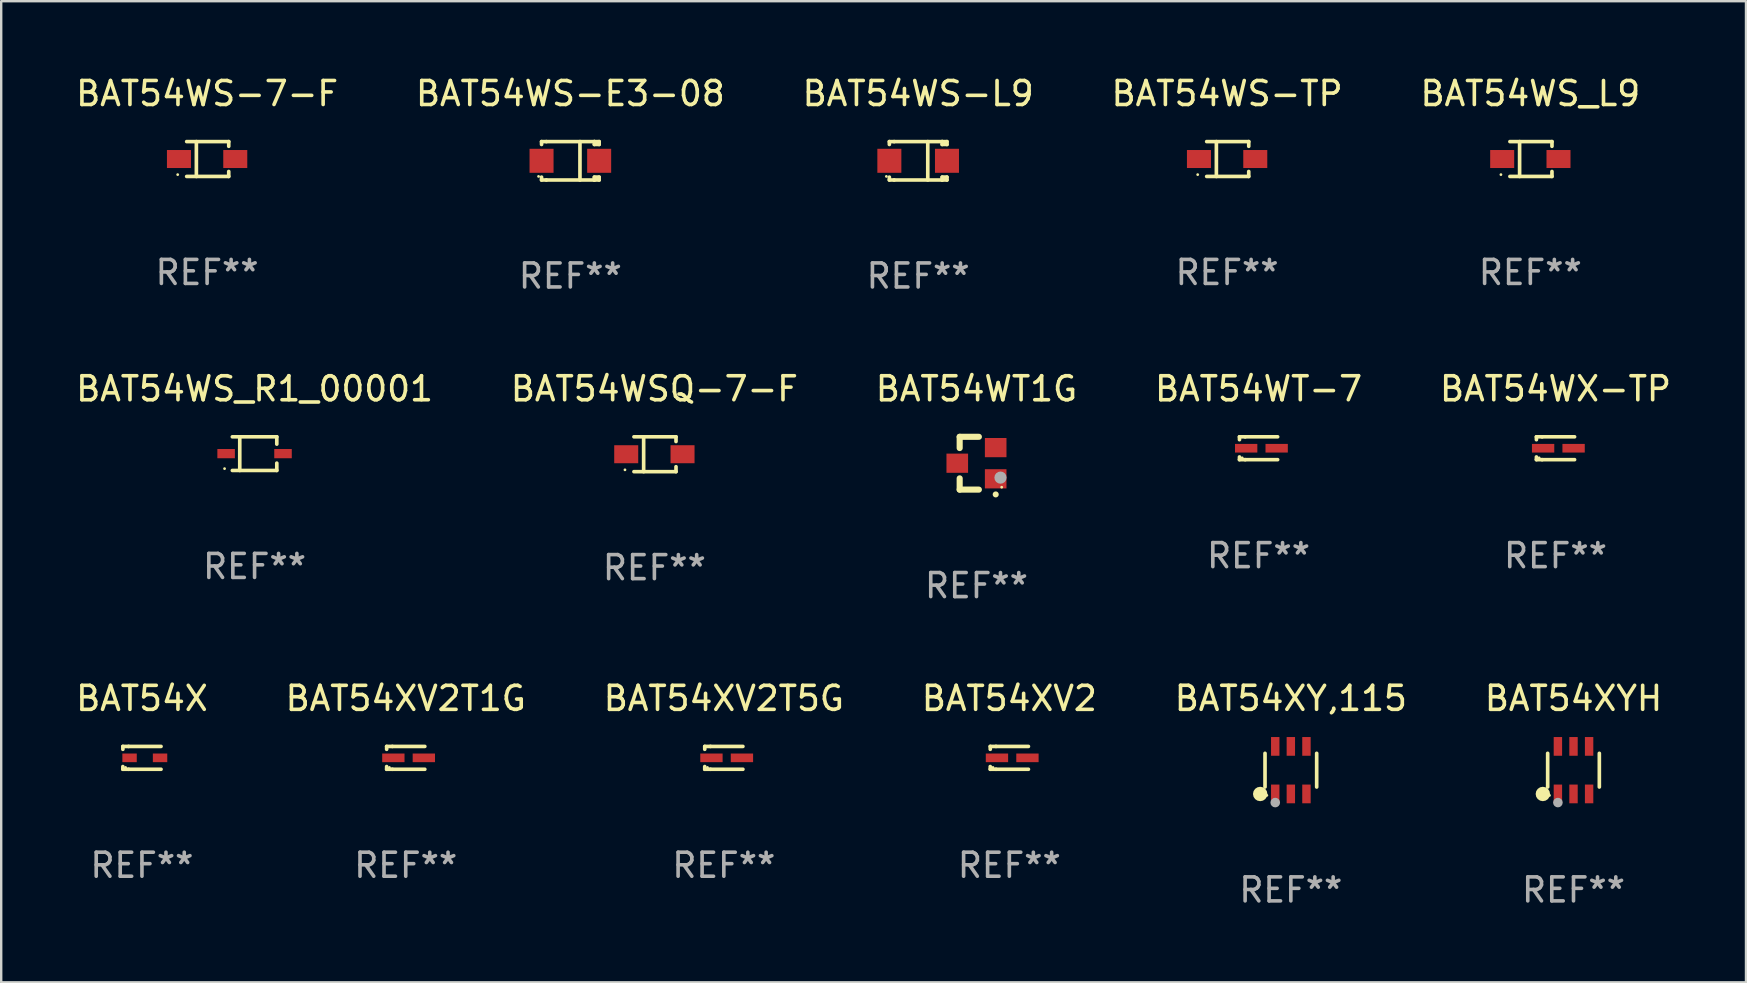
<source format=kicad_pcb>
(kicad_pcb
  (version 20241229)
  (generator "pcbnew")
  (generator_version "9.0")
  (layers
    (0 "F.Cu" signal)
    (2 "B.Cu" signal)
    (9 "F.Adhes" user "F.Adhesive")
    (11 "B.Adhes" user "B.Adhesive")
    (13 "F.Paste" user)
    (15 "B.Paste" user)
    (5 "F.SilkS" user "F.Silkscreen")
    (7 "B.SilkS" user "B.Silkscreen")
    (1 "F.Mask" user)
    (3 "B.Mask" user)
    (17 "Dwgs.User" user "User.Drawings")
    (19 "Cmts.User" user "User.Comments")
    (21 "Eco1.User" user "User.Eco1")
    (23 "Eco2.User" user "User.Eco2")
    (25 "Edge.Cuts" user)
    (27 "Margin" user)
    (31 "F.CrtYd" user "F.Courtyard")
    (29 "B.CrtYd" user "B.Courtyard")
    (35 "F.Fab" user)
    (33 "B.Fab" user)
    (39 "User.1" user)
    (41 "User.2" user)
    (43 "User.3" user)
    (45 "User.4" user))
  (footprint "BAT54WS-7-F"
    (layer "F.Cu")
    (at 5.577 3.574)
    (property "Reference" "BAT54WS-7-F" (at 0 -2.726 0) (layer "F.SilkS") (effects (font (size 1 1) (thickness 0.15))))
    (attr through_hole)
    (fp_line (start -0.851 -0.726) (end 0.901 -0.726) (stroke (width 0.152) (type solid)) (layer "F.SilkS"))
    (fp_line (start -0.851 0.726) (end 0.901 0.726) (stroke (width 0.152) (type solid)) (layer "F.SilkS"))
    (fp_line (start -0.447 -0.726) (end -0.447 0.726) (stroke (width 0.152) (type solid)) (layer "F.SilkS"))
    (fp_line (start 0.901 -0.726) (end 0.901 -0.53) (stroke (width 0.152) (type solid)) (layer "F.SilkS"))
    (fp_line (start 0.901 0.726) (end 0.901 0.52) (stroke (width 0.152) (type solid)) (layer "F.SilkS"))
    (fp_circle (center -1.225 0.65) (end -1.195 0.65) (stroke (width 0.06) (type solid)) (fill no) (layer "F.SilkS"))
    (fp_text user "REF**" (at 0 4.726 0) (layer "F.Fab") (effects (font (size 1 1) (thickness 0.15))))
    (pad "1" smd rect (at -1.173 0) (size 1 0.75) (layers "F.Cu" "F.Mask" "F.Paste"))
    (pad "2" smd rect (at 1.173 0) (size 1 0.75) (layers "F.Cu" "F.Mask" "F.Paste")))
  (footprint "BAT54XV2"
    (layer "F.Cu")
    (at 38.994 28.518)
    (property "Reference" "BAT54XV2" (at 0 -2.476 0) (layer "F.SilkS") (effects (font (size 1 1) (thickness 0.15))))
    (attr through_hole)
    (fp_line (start -0.795 -0.476) (end -0.795 -0.356) (stroke (width 0.152) (type solid)) (layer "F.SilkS"))
    (fp_line (start -0.795 0.363) (end -0.795 0.476) (stroke (width 0.152) (type solid)) (layer "F.SilkS"))
    (fp_line (start -0.795 0.476) (end -0.557 0.476) (stroke (width 0.152) (type solid)) (layer "F.SilkS"))
    (fp_line (start -0.557 -0.476) (end -0.795 -0.476) (stroke (width 0.152) (type solid)) (layer "F.SilkS"))
    (fp_line (start -0.557 -0.476) (end 0.795 -0.476) (stroke (width 0.152) (type solid)) (layer "F.SilkS"))
    (fp_line (start -0.557 0.476) (end 0.795 0.476) (stroke (width 0.152) (type solid)) (layer "F.SilkS"))
    (fp_circle (center -0.681 0.4) (end -0.651 0.4) (stroke (width 0.06) (type solid)) (fill no) (layer "F.SilkS"))
    (fp_text user "REF**" (at 0 4.476 0) (layer "F.Fab") (effects (font (size 1 1) (thickness 0.15))))
    (pad "1" smd rect (at -0.516 0 180) (size 0.93 0.36) (layers "F.Cu" "F.Mask" "F.Paste"))
    (pad "2" smd rect (at 0.754 0 180) (size 0.93 0.36) (layers "F.Cu" "F.Mask" "F.Paste")))
  (footprint "BAT54WS-E3-08"
    (layer "F.Cu")
    (at 20.708 3.648)
    (property "Reference" "BAT54WS-E3-08" (at 0 -2.8 0) (layer "F.SilkS") (effects (font (size 1 1) (thickness 0.15))))
    (attr through_hole)
    (fp_line (start -1.2 -0.8) (end -1.2 -0.68) (stroke (width 0.152) (type solid)) (layer "F.SilkS"))
    (fp_line (start -1.2 0.68) (end -1.2 0.8) (stroke (width 0.152) (type solid)) (layer "F.SilkS"))
    (fp_line (start -1.2 0.8) (end -1 0.8) (stroke (width 0.152) (type solid)) (layer "F.SilkS"))
    (fp_line (start -1 -0.8) (end -1.2 -0.8) (stroke (width 0.152) (type solid)) (layer "F.SilkS"))
    (fp_line (start -1 -0.8) (end 1 -0.8) (stroke (width 0.152) (type solid)) (layer "F.SilkS"))
    (fp_line (start -1 0.8) (end 1 0.8) (stroke (width 0.152) (type solid)) (layer "F.SilkS"))
    (fp_line (start 0.4 -0.8) (end 0.4 0.8) (stroke (width 0.152) (type solid)) (layer "F.SilkS"))
    (fp_line (start 1 -0.8) (end 1 -0.68) (stroke (width 0.152) (type solid)) (layer "F.SilkS"))
    (fp_line (start 1 -0.8) (end 1.2 -0.8) (stroke (width 0.152) (type solid)) (layer "F.SilkS"))
    (fp_line (start 1 0.68) (end 1 0.8) (stroke (width 0.152) (type solid)) (layer "F.SilkS"))
    (fp_line (start 1 0.68) (end 1.2 0.68) (stroke (width 0.152) (type solid)) (layer "F.SilkS"))
    (fp_line (start 1.2 -0.8) (end 1.2 -0.68) (stroke (width 0.152) (type solid)) (layer "F.SilkS"))
    (fp_line (start 1.2 -0.68) (end 1 -0.68) (stroke (width 0.152) (type solid)) (layer "F.SilkS"))
    (fp_line (start 1.2 0.68) (end 1.2 0.8) (stroke (width 0.152) (type solid)) (layer "F.SilkS"))
    (fp_line (start 1.2 0.8) (end 1 0.8) (stroke (width 0.152) (type solid)) (layer "F.SilkS"))
    (fp_circle (center -1.325 0.65) (end -1.295 0.65) (stroke (width 0.06) (type solid)) (fill no) (layer "F.SilkS"))
    (fp_text user "REF**" (at 0 4.8 0) (layer "F.Fab") (effects (font (size 1 1) (thickness 0.15))))
    (pad "1" smd rect (at -1.2 0 180) (size 1 1) (layers "F.Cu" "F.Mask" "F.Paste"))
    (pad "2" smd rect (at 1.2 0 180) (size 1 1) (layers "F.Cu" "F.Mask" "F.Paste")))
  (footprint "BAT54WS-TP"
    (layer "F.Cu")
    (at 48.065 3.574)
    (property "Reference" "BAT54WS-TP" (at 0 -2.726 0) (layer "F.SilkS") (effects (font (size 1 1) (thickness 0.15))))
    (attr through_hole)
    (fp_line (start -0.851 -0.726) (end 0.901 -0.726) (stroke (width 0.152) (type solid)) (layer "F.SilkS"))
    (fp_line (start -0.851 0.726) (end 0.901 0.726) (stroke (width 0.152) (type solid)) (layer "F.SilkS"))
    (fp_line (start -0.447 -0.726) (end -0.447 0.726) (stroke (width 0.152) (type solid)) (layer "F.SilkS"))
    (fp_line (start 0.901 -0.726) (end 0.901 -0.53) (stroke (width 0.152) (type solid)) (layer "F.SilkS"))
    (fp_line (start 0.901 0.726) (end 0.901 0.52) (stroke (width 0.152) (type solid)) (layer "F.SilkS"))
    (fp_circle (center -1.225 0.65) (end -1.195 0.65) (stroke (width 0.06) (type solid)) (fill no) (layer "F.SilkS"))
    (fp_text user "REF**" (at 0 4.726 0) (layer "F.Fab") (effects (font (size 1 1) (thickness 0.15))))
    (pad "1" smd rect (at -1.173 0) (size 1 0.75) (layers "F.Cu" "F.Mask" "F.Paste"))
    (pad "2" smd rect (at 1.173 0) (size 1 0.75) (layers "F.Cu" "F.Mask" "F.Paste")))
  (footprint "BAT54WT1G"
    (layer "F.Cu")
    (at 37.625 16.245)
    (property "Reference" "BAT54WT1G" (at 0 -3.1 0) (layer "F.SilkS") (effects (font (size 1 1) (thickness 0.15))))
    (attr through_hole)
    (fp_line (start -0.7 -1.1) (end 0.1 -1.1) (stroke (width 0.254) (type solid)) (layer "F.SilkS"))
    (fp_line (start -0.7 -0.631) (end -0.7 -1.1) (stroke (width 0.254) (type solid)) (layer "F.SilkS"))
    (fp_line (start -0.7 1.1) (end -0.7 0.631) (stroke (width 0.254) (type solid)) (layer "F.SilkS"))
    (fp_line (start -0.7 1.1) (end 0.1 1.1) (stroke (width 0.254) (type solid)) (layer "F.SilkS"))
    (fp_arc (start 0.8 1.3) (mid 0.80127 1.299994) (end 0.80254 1.3) (stroke (width 0.24892) (type solid)) (layer "F.SilkS"))
    (fp_circle (center 1.05 1) (end 1.08 1) (stroke (width 0.06) (type solid)) (fill no) (layer "F.SilkS"))
    (fp_circle (center 1 0.6) (end 1.127 0.6) (stroke (width 0.254) (type solid)) (fill no) (layer "F.Fab"))
    (fp_text user "REF**" (at 0 5.1 0) (layer "F.Fab") (effects (font (size 1 1) (thickness 0.15))))
    (pad "1" smd rect (at 0.8 0.65 90) (size 0.8 0.9) (layers "F.Cu" "F.Mask" "F.Paste"))
    (pad "2" smd rect (at 0.8 -0.65 90) (size 0.8 0.9) (layers "F.Cu" "F.Mask" "F.Paste"))
    (pad "3" smd rect (at -0.8 0 90) (size 0.8 0.9) (layers "F.Cu" "F.Mask" "F.Paste")))
  (footprint "BAT54XV2T1G"
    (layer "F.Cu")
    (at 13.851 28.518)
    (property "Reference" "BAT54XV2T1G" (at 0 -2.476 0) (layer "F.SilkS") (effects (font (size 1 1) (thickness 0.15))))
    (attr through_hole)
    (fp_line (start -0.795 -0.476) (end -0.795 -0.356) (stroke (width 0.152) (type solid)) (layer "F.SilkS"))
    (fp_line (start -0.795 0.363) (end -0.795 0.476) (stroke (width 0.152) (type solid)) (layer "F.SilkS"))
    (fp_line (start -0.795 0.476) (end -0.557 0.476) (stroke (width 0.152) (type solid)) (layer "F.SilkS"))
    (fp_line (start -0.557 -0.476) (end -0.795 -0.476) (stroke (width 0.152) (type solid)) (layer "F.SilkS"))
    (fp_line (start -0.557 -0.476) (end 0.795 -0.476) (stroke (width 0.152) (type solid)) (layer "F.SilkS"))
    (fp_line (start -0.557 0.476) (end 0.795 0.476) (stroke (width 0.152) (type solid)) (layer "F.SilkS"))
    (fp_circle (center -0.681 0.4) (end -0.651 0.4) (stroke (width 0.06) (type solid)) (fill no) (layer "F.SilkS"))
    (fp_text user "REF**" (at 0 4.476 0) (layer "F.Fab") (effects (font (size 1 1) (thickness 0.15))))
    (pad "1" smd rect (at -0.516 0 180) (size 0.93 0.36) (layers "F.Cu" "F.Mask" "F.Paste"))
    (pad "2" smd rect (at 0.754 0 180) (size 0.93 0.36) (layers "F.Cu" "F.Mask" "F.Paste")))
  (footprint "BAT54XYH"
    (layer "F.Cu")
    (at 62.494 29.031)
    (property "Reference" "BAT54XYH" (at 0 -2.99 0) (layer "F.SilkS") (effects (font (size 1 1) (thickness 0.15))))
    (attr through_hole)
    (fp_line (start -1.076 0.701) (end -1.076 -0.701) (stroke (width 0.152) (type solid)) (layer "F.SilkS"))
    (fp_line (start 1.076 0.701) (end 1.076 -0.701) (stroke (width 0.152) (type solid)) (layer "F.SilkS"))
    (fp_circle (center -1.277 0.992) (end -1.127 0.992) (stroke (width 0.3) (type solid)) (fill no) (layer "F.SilkS"))
    (fp_circle (center -1 1.05) (end -0.97 1.05) (stroke (width 0.06) (type solid)) (fill no) (layer "F.SilkS"))
    (fp_circle (center -0.65 1.35) (end -0.55 1.35) (stroke (width 0.2) (type solid)) (fill no) (layer "F.Fab"))
    (fp_text user "REF**" (at 0 4.99 0) (layer "F.Fab") (effects (font (size 1 1) (thickness 0.15))))
    (pad "1" smd rect (at -0.65 0.99) (size 0.35 0.78) (layers "F.Cu" "F.Mask" "F.Paste"))
    (pad "2" smd rect (at 0 0.99) (size 0.35 0.78) (layers "F.Cu" "F.Mask" "F.Paste"))
    (pad "3" smd rect (at 0.65 0.99) (size 0.35 0.78) (layers "F.Cu" "F.Mask" "F.Paste"))
    (pad "4" smd rect (at 0.65 -0.99) (size 0.35 0.78) (layers "F.Cu" "F.Mask" "F.Paste"))
    (pad "5" smd rect (at 0 -0.99) (size 0.35 0.78) (layers "F.Cu" "F.Mask" "F.Paste"))
    (pad "6" smd rect (at -0.65 -0.99) (size 0.35 0.78) (layers "F.Cu" "F.Mask" "F.Paste")))
  (footprint "BAT54WS_L9"
    (layer "F.Cu")
    (at 60.696 3.574)
    (property "Reference" "BAT54WS_L9" (at 0 -2.726 0) (layer "F.SilkS") (effects (font (size 1 1) (thickness 0.15))))
    (attr through_hole)
    (fp_line (start -0.851 -0.726) (end 0.901 -0.726) (stroke (width 0.152) (type solid)) (layer "F.SilkS"))
    (fp_line (start -0.851 0.726) (end 0.901 0.726) (stroke (width 0.152) (type solid)) (layer "F.SilkS"))
    (fp_line (start -0.447 -0.726) (end -0.447 0.726) (stroke (width 0.152) (type solid)) (layer "F.SilkS"))
    (fp_line (start 0.901 -0.726) (end 0.901 -0.53) (stroke (width 0.152) (type solid)) (layer "F.SilkS"))
    (fp_line (start 0.901 0.726) (end 0.901 0.52) (stroke (width 0.152) (type solid)) (layer "F.SilkS"))
    (fp_circle (center -1.225 0.65) (end -1.195 0.65) (stroke (width 0.06) (type solid)) (fill no) (layer "F.SilkS"))
    (fp_text user "REF**" (at 0 4.726 0) (layer "F.Fab") (effects (font (size 1 1) (thickness 0.15))))
    (pad "1" smd rect (at -1.173 0) (size 1 0.75) (layers "F.Cu" "F.Mask" "F.Paste"))
    (pad "2" smd rect (at 1.173 0) (size 1 0.75) (layers "F.Cu" "F.Mask" "F.Paste")))
  (footprint "BAT54X"
    (layer "F.Cu")
    (at 2.863 28.518)
    (property "Reference" "BAT54X" (at 0 -2.476 0) (layer "F.SilkS") (effects (font (size 1 1) (thickness 0.15))))
    (attr through_hole)
    (fp_line (start -0.795 -0.476) (end -0.795 -0.356) (stroke (width 0.152) (type solid)) (layer "F.SilkS"))
    (fp_line (start -0.795 0.363) (end -0.795 0.476) (stroke (width 0.152) (type solid)) (layer "F.SilkS"))
    (fp_line (start -0.795 0.476) (end -0.557 0.476) (stroke (width 0.152) (type solid)) (layer "F.SilkS"))
    (fp_line (start -0.557 -0.476) (end -0.795 -0.476) (stroke (width 0.152) (type solid)) (layer "F.SilkS"))
    (fp_line (start -0.557 -0.476) (end 0.795 -0.476) (stroke (width 0.152) (type solid)) (layer "F.SilkS"))
    (fp_line (start -0.557 0.476) (end 0.795 0.476) (stroke (width 0.152) (type solid)) (layer "F.SilkS"))
    (fp_circle (center -0.681 0.4) (end -0.651 0.4) (stroke (width 0.06) (type solid)) (fill no) (layer "F.SilkS"))
    (fp_text user "REF**" (at 0 4.476 0) (layer "F.Fab") (effects (font (size 1 1) (thickness 0.15))))
    (pad "1" smd rect (at -0.516 -0.000051 180) (size 0.6 0.36) (layers "F.Cu" "F.Mask" "F.Paste"))
    (pad "2" smd rect (at 0.754 -0.000051 180) (size 0.6 0.36) (layers "F.Cu" "F.Mask" "F.Paste")))
  (footprint "BAT54WS-L9"
    (layer "F.Cu")
    (at 35.196 3.648)
    (property "Reference" "BAT54WS-L9" (at 0 -2.8 0) (layer "F.SilkS") (effects (font (size 1 1) (thickness 0.15))))
    (attr through_hole)
    (fp_line (start -1.2 -0.8) (end -1.2 -0.68) (stroke (width 0.152) (type solid)) (layer "F.SilkS"))
    (fp_line (start -1.2 0.68) (end -1.2 0.8) (stroke (width 0.152) (type solid)) (layer "F.SilkS"))
    (fp_line (start -1.2 0.8) (end -1 0.8) (stroke (width 0.152) (type solid)) (layer "F.SilkS"))
    (fp_line (start -1 -0.8) (end -1.2 -0.8) (stroke (width 0.152) (type solid)) (layer "F.SilkS"))
    (fp_line (start -1 -0.8) (end 1 -0.8) (stroke (width 0.152) (type solid)) (layer "F.SilkS"))
    (fp_line (start -1 0.8) (end 1 0.8) (stroke (width 0.152) (type solid)) (layer "F.SilkS"))
    (fp_line (start 0.4 -0.8) (end 0.4 0.8) (stroke (width 0.152) (type solid)) (layer "F.SilkS"))
    (fp_line (start 1 -0.8) (end 1 -0.68) (stroke (width 0.152) (type solid)) (layer "F.SilkS"))
    (fp_line (start 1 -0.8) (end 1.2 -0.8) (stroke (width 0.152) (type solid)) (layer "F.SilkS"))
    (fp_line (start 1 0.68) (end 1 0.8) (stroke (width 0.152) (type solid)) (layer "F.SilkS"))
    (fp_line (start 1 0.68) (end 1.2 0.68) (stroke (width 0.152) (type solid)) (layer "F.SilkS"))
    (fp_line (start 1.2 -0.8) (end 1.2 -0.68) (stroke (width 0.152) (type solid)) (layer "F.SilkS"))
    (fp_line (start 1.2 -0.68) (end 1 -0.68) (stroke (width 0.152) (type solid)) (layer "F.SilkS"))
    (fp_line (start 1.2 0.68) (end 1.2 0.8) (stroke (width 0.152) (type solid)) (layer "F.SilkS"))
    (fp_line (start 1.2 0.8) (end 1 0.8) (stroke (width 0.152) (type solid)) (layer "F.SilkS"))
    (fp_circle (center -1.325 0.65) (end -1.295 0.65) (stroke (width 0.06) (type solid)) (fill no) (layer "F.SilkS"))
    (fp_text user "REF**" (at 0 4.8 0) (layer "F.Fab") (effects (font (size 1 1) (thickness 0.15))))
    (pad "1" smd rect (at -1.2 0 180) (size 1 1) (layers "F.Cu" "F.Mask" "F.Paste"))
    (pad "2" smd rect (at 1.2 0 180) (size 1 1) (layers "F.Cu" "F.Mask" "F.Paste")))
  (footprint "BAT54WT-7"
    (layer "F.Cu")
    (at 49.375 15.621)
    (property "Reference" "BAT54WT-7" (at 0 -2.476 0) (layer "F.SilkS") (effects (font (size 1 1) (thickness 0.15))))
    (attr through_hole)
    (fp_line (start -0.795 -0.476) (end -0.795 -0.356) (stroke (width 0.152) (type solid)) (layer "F.SilkS"))
    (fp_line (start -0.795 0.363) (end -0.795 0.476) (stroke (width 0.152) (type solid)) (layer "F.SilkS"))
    (fp_line (start -0.795 0.476) (end -0.557 0.476) (stroke (width 0.152) (type solid)) (layer "F.SilkS"))
    (fp_line (start -0.557 -0.476) (end -0.795 -0.476) (stroke (width 0.152) (type solid)) (layer "F.SilkS"))
    (fp_line (start -0.557 -0.476) (end 0.795 -0.476) (stroke (width 0.152) (type solid)) (layer "F.SilkS"))
    (fp_line (start -0.557 0.476) (end 0.795 0.476) (stroke (width 0.152) (type solid)) (layer "F.SilkS"))
    (fp_circle (center -0.681 0.4) (end -0.651 0.4) (stroke (width 0.06) (type solid)) (fill no) (layer "F.SilkS"))
    (fp_text user "REF**" (at 0 4.476 0) (layer "F.Fab") (effects (font (size 1 1) (thickness 0.15))))
    (pad "1" smd rect (at -0.516 0 180) (size 0.93 0.36) (layers "F.Cu" "F.Mask" "F.Paste"))
    (pad "2" smd rect (at 0.754 0 180) (size 0.93 0.36) (layers "F.Cu" "F.Mask" "F.Paste")))
  (footprint "BAT54WX-TP"
    (layer "F.Cu")
    (at 61.744 15.621)
    (property "Reference" "BAT54WX-TP" (at 0 -2.476 0) (layer "F.SilkS") (effects (font (size 1 1) (thickness 0.15))))
    (attr through_hole)
    (fp_line (start -0.795 -0.476) (end -0.795 -0.356) (stroke (width 0.152) (type solid)) (layer "F.SilkS"))
    (fp_line (start -0.795 0.363) (end -0.795 0.476) (stroke (width 0.152) (type solid)) (layer "F.SilkS"))
    (fp_line (start -0.795 0.476) (end -0.557 0.476) (stroke (width 0.152) (type solid)) (layer "F.SilkS"))
    (fp_line (start -0.557 -0.476) (end -0.795 -0.476) (stroke (width 0.152) (type solid)) (layer "F.SilkS"))
    (fp_line (start -0.557 -0.476) (end 0.795 -0.476) (stroke (width 0.152) (type solid)) (layer "F.SilkS"))
    (fp_line (start -0.557 0.476) (end 0.795 0.476) (stroke (width 0.152) (type solid)) (layer "F.SilkS"))
    (fp_circle (center -0.681 0.4) (end -0.651 0.4) (stroke (width 0.06) (type solid)) (fill no) (layer "F.SilkS"))
    (fp_text user "REF**" (at 0 4.476 0) (layer "F.Fab") (effects (font (size 1 1) (thickness 0.15))))
    (pad "1" smd rect (at -0.516 0 180) (size 0.93 0.36) (layers "F.Cu" "F.Mask" "F.Paste"))
    (pad "2" smd rect (at 0.754 0 180) (size 0.93 0.36) (layers "F.Cu" "F.Mask" "F.Paste")))
  (footprint "BAT54XY,115"
    (layer "F.Cu")
    (at 50.72 29.031)
    (property "Reference" "BAT54XY,115" (at 0 -2.99 0) (layer "F.SilkS") (effects (font (size 1 1) (thickness 0.15))))
    (attr through_hole)
    (fp_line (start -1.076 0.701) (end -1.076 -0.701) (stroke (width 0.152) (type solid)) (layer "F.SilkS"))
    (fp_line (start 1.076 0.701) (end 1.076 -0.701) (stroke (width 0.152) (type solid)) (layer "F.SilkS"))
    (fp_circle (center -1.277 0.992) (end -1.127 0.992) (stroke (width 0.3) (type solid)) (fill no) (layer "F.SilkS"))
    (fp_circle (center -1 1.05) (end -0.97 1.05) (stroke (width 0.06) (type solid)) (fill no) (layer "F.SilkS"))
    (fp_circle (center -0.65 1.35) (end -0.55 1.35) (stroke (width 0.2) (type solid)) (fill no) (layer "F.Fab"))
    (fp_text user "REF**" (at 0 4.99 0) (layer "F.Fab") (effects (font (size 1 1) (thickness 0.15))))
    (pad "1" smd rect (at -0.65 0.99) (size 0.35 0.78) (layers "F.Cu" "F.Mask" "F.Paste"))
    (pad "2" smd rect (at 0 0.99) (size 0.35 0.78) (layers "F.Cu" "F.Mask" "F.Paste"))
    (pad "3" smd rect (at 0.65 0.99) (size 0.35 0.78) (layers "F.Cu" "F.Mask" "F.Paste"))
    (pad "4" smd rect (at 0.65 -0.99) (size 0.35 0.78) (layers "F.Cu" "F.Mask" "F.Paste"))
    (pad "5" smd rect (at 0 -0.99) (size 0.35 0.78) (layers "F.Cu" "F.Mask" "F.Paste"))
    (pad "6" smd rect (at -0.65 -0.99) (size 0.35 0.78) (layers "F.Cu" "F.Mask" "F.Paste")))
  (footprint "BAT54WS_R1_00001"
    (layer "F.Cu")
    (at 7.554 15.846)
    (property "Reference" "BAT54WS_R1_00001" (at 0 -2.701 0) (layer "F.SilkS") (effects (font (size 1 1) (thickness 0.15))))
    (attr through_hole)
    (fp_line (start -0.926 -0.701) (end 0.926 -0.701) (stroke (width 0.152) (type solid)) (layer "F.SilkS"))
    (fp_line (start -0.926 0.701) (end 0.926 0.701) (stroke (width 0.152) (type solid)) (layer "F.SilkS"))
    (fp_line (start -0.617 -0.701) (end -0.617 0.701) (stroke (width 0.152) (type solid)) (layer "F.SilkS"))
    (fp_line (start 0.926 -0.701) (end 0.926 -0.396) (stroke (width 0.152) (type solid)) (layer "F.SilkS"))
    (fp_line (start 0.926 0.701) (end 0.926 0.396) (stroke (width 0.152) (type solid)) (layer "F.SilkS"))
    (fp_circle (center -1.25 0.625) (end -1.22 0.625) (stroke (width 0.06) (type solid)) (fill no) (layer "F.SilkS"))
    (fp_text user "REF**" (at 0 4.701 0) (layer "F.Fab") (effects (font (size 1 1) (thickness 0.15))))
    (pad "1" smd rect (at -1.185 0 180) (size 0.73 0.385) (layers "F.Cu" "F.Mask" "F.Paste"))
    (pad "2" smd rect (at 1.185 0 180) (size 0.73 0.385) (layers "F.Cu" "F.Mask" "F.Paste")))
  (footprint "BAT54XV2T5G"
    (layer "F.Cu")
    (at 27.101 28.518)
    (property "Reference" "BAT54XV2T5G" (at 0 -2.476 0) (layer "F.SilkS") (effects (font (size 1 1) (thickness 0.15))))
    (attr through_hole)
    (fp_line (start -0.795 -0.476) (end -0.795 -0.356) (stroke (width 0.152) (type solid)) (layer "F.SilkS"))
    (fp_line (start -0.795 0.363) (end -0.795 0.476) (stroke (width 0.152) (type solid)) (layer "F.SilkS"))
    (fp_line (start -0.795 0.476) (end -0.557 0.476) (stroke (width 0.152) (type solid)) (layer "F.SilkS"))
    (fp_line (start -0.557 -0.476) (end -0.795 -0.476) (stroke (width 0.152) (type solid)) (layer "F.SilkS"))
    (fp_line (start -0.557 -0.476) (end 0.795 -0.476) (stroke (width 0.152) (type solid)) (layer "F.SilkS"))
    (fp_line (start -0.557 0.476) (end 0.795 0.476) (stroke (width 0.152) (type solid)) (layer "F.SilkS"))
    (fp_circle (center -0.681 0.4) (end -0.651 0.4) (stroke (width 0.06) (type solid)) (fill no) (layer "F.SilkS"))
    (fp_text user "REF**" (at 0 4.476 0) (layer "F.Fab") (effects (font (size 1 1) (thickness 0.15))))
    (pad "1" smd rect (at -0.516 0 180) (size 0.93 0.36) (layers "F.Cu" "F.Mask" "F.Paste"))
    (pad "2" smd rect (at 0.754 0 180) (size 0.93 0.36) (layers "F.Cu" "F.Mask" "F.Paste")))
  (footprint "BAT54WSQ-7-F"
    (layer "F.Cu")
    (at 24.208 15.871)
    (property "Reference" "BAT54WSQ-7-F" (at 0 -2.726 0) (layer "F.SilkS") (effects (font (size 1 1) (thickness 0.15))))
    (attr through_hole)
    (fp_line (start -0.851 -0.726) (end 0.901 -0.726) (stroke (width 0.152) (type solid)) (layer "F.SilkS"))
    (fp_line (start -0.851 0.726) (end 0.901 0.726) (stroke (width 0.152) (type solid)) (layer "F.SilkS"))
    (fp_line (start -0.447 -0.726) (end -0.447 0.726) (stroke (width 0.152) (type solid)) (layer "F.SilkS"))
    (fp_line (start 0.901 -0.726) (end 0.901 -0.53) (stroke (width 0.152) (type solid)) (layer "F.SilkS"))
    (fp_line (start 0.901 0.726) (end 0.901 0.52) (stroke (width 0.152) (type solid)) (layer "F.SilkS"))
    (fp_circle (center -1.225 0.65) (end -1.195 0.65) (stroke (width 0.06) (type solid)) (fill no) (layer "F.SilkS"))
    (fp_text user "REF**" (at 0 4.726 0) (layer "F.Fab") (effects (font (size 1 1) (thickness 0.15))))
    (pad "1" smd rect (at -1.173 0) (size 1 0.75) (layers "F.Cu" "F.Mask" "F.Paste"))
    (pad "2" smd rect (at 1.173 0) (size 1 0.75) (layers "F.Cu" "F.Mask" "F.Paste")))
  (gr_rect
    (start -3 -3)
    (end 69.679 37.87)
    (stroke (width 0.1) (type default))
    (fill no)
    (layer "Edge.Cuts")))
</source>
